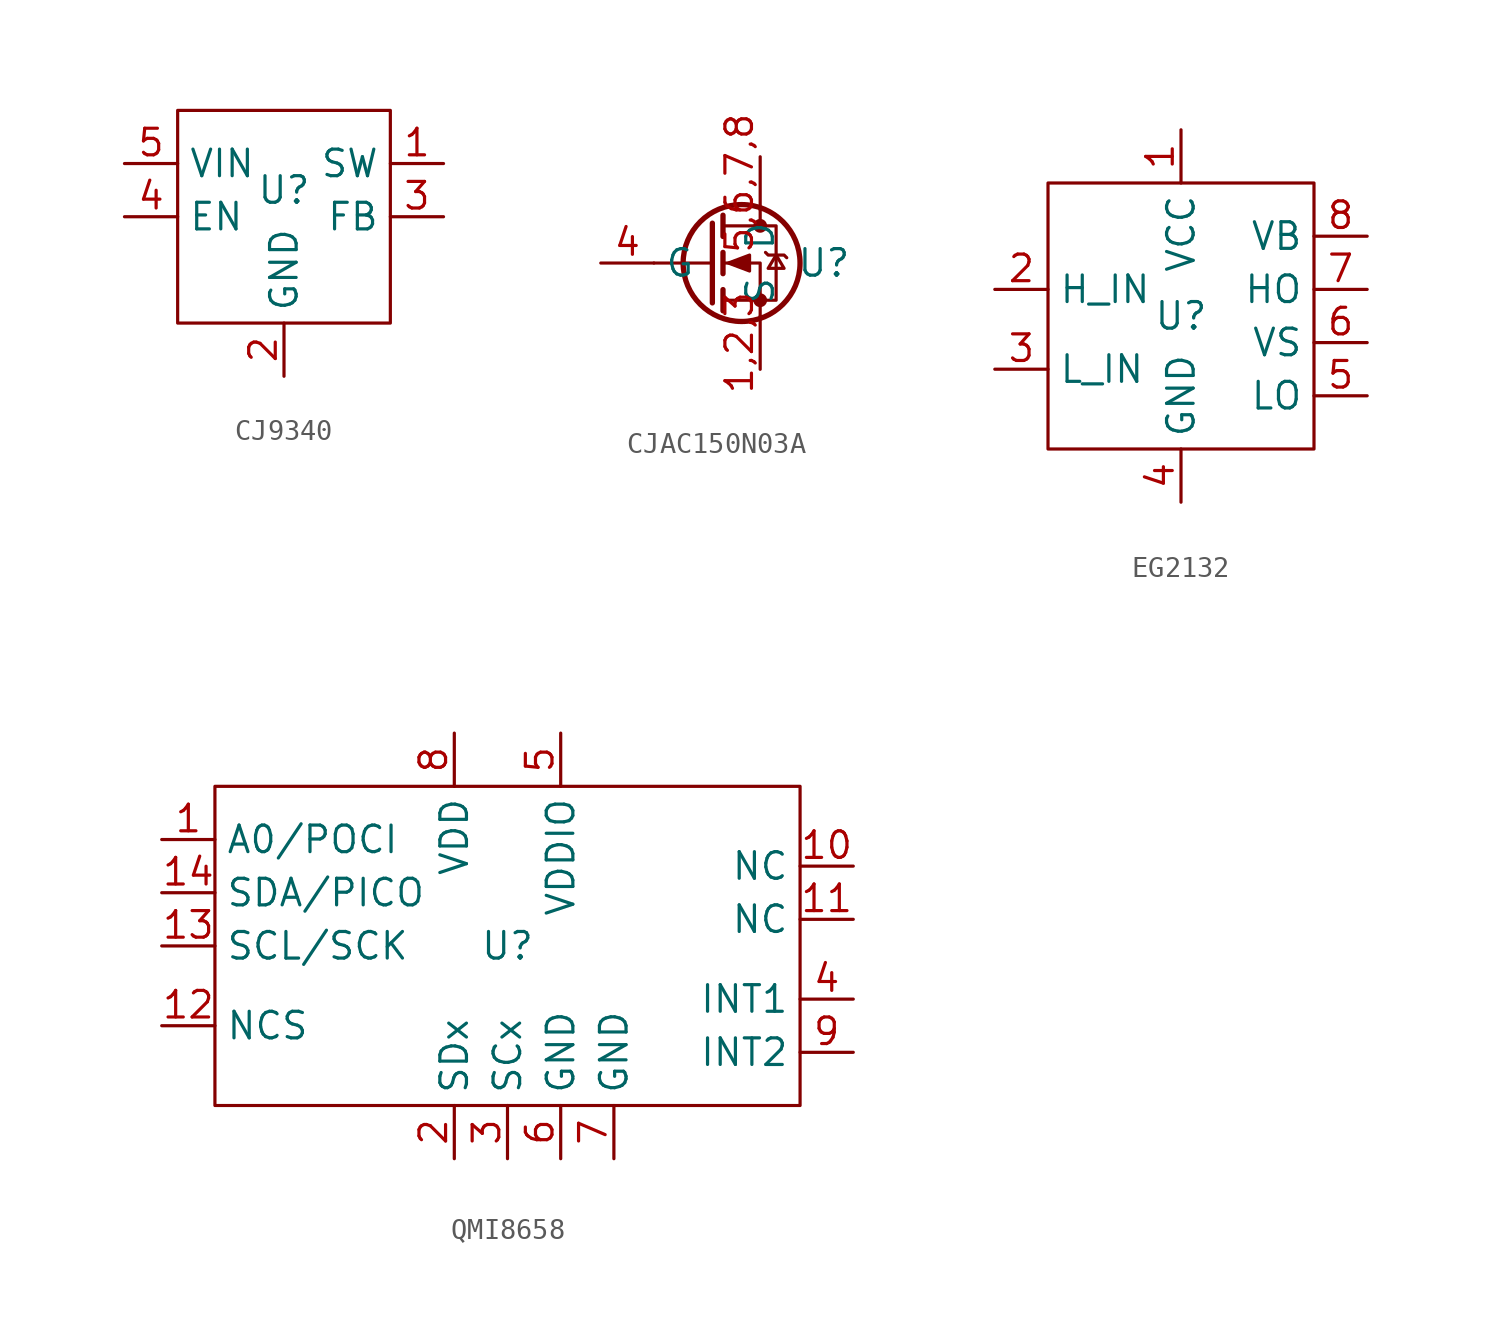
<source format=kicad_sym>
(kicad_symbol_lib
  (version 20231120)
  (generator "kicad_symbol_editor")
  (generator_version "8.0")
  (symbol "CJ9340"
    (property "Reference" "U"
      (at 0 0 0)
      (effects (font (size 1.27 1.27))))
    (property "Value" ""
      (at 0 0 0)
      (effects (font (size 1.27 1.27))))
    (symbol "CJ9340_0_1"
      (rectangle (start -5.08 3.81) (end 5.08 -6.35) (stroke (width 0) (type default)) (fill (type none))))
    (symbol "CJ9340_1_1"
      (pin bidirectional line (at 7.62 1.27 180) (length 2.54) (name "SW" (effects (font (size 1.27 1.27)))) (number "1" (effects (font (size 1.27 1.27)))))
      (pin power_in line (at 0 -8.89 90) (length 2.54) (name "GND" (effects (font (size 1.27 1.27)))) (number "2" (effects (font (size 1.27 1.27)))))
      (pin input line (at 7.62 -1.27 180) (length 2.54) (name "FB" (effects (font (size 1.27 1.27)))) (number "3" (effects (font (size 1.27 1.27)))))
      (pin input line (at -7.62 -1.27 0) (length 2.54) (name "EN" (effects (font (size 1.27 1.27)))) (number "4" (effects (font (size 1.27 1.27)))))
      (pin power_in line (at -7.62 1.27 0) (length 2.54) (name "VIN" (effects (font (size 1.27 1.27)))) (number "5" (effects (font (size 1.27 1.27)))))))
  (symbol "CJAC150N03A"
    (property "Reference" "U"
      (at 4.318 0 0)
      (effects (font (size 1.27 1.27))))
    (symbol "CJAC150N03A_0_1"
      (polyline (pts (xy -1.016 0) (xy -3.81 0)) (stroke (width 0) (type default)) (fill (type none)))
      (polyline (pts (xy -1.016 1.905) (xy -1.016 -1.905)) (stroke (width 0.254) (type default)) (fill (type none)))
      (polyline (pts (xy -0.508 -1.27) (xy -0.508 -2.286)) (stroke (width 0.254) (type default)) (fill (type none)))
      (polyline (pts (xy -0.508 0.508) (xy -0.508 -0.508)) (stroke (width 0.254) (type default)) (fill (type none)))
      (polyline (pts (xy -0.508 2.286) (xy -0.508 1.27)) (stroke (width 0.254) (type default)) (fill (type none)))
      (polyline (pts (xy 1.27 2.54) (xy 1.27 1.778)) (stroke (width 0) (type default)) (fill (type none)))
      (polyline (pts (xy 1.27 -2.54) (xy 1.27 0) (xy -0.508 0)) (stroke (width 0) (type default)) (fill (type none)))
      (polyline (pts (xy -0.508 -1.778) (xy 2.032 -1.778) (xy 2.032 1.778) (xy -0.508 1.778)) (stroke (width 0) (type default)) (fill (type none)))
      (polyline (pts (xy -0.254 0) (xy 0.762 0.381) (xy 0.762 -0.381) (xy -0.254 0)) (stroke (width 0) (type default)) (fill (type outline)))
      (polyline (pts (xy 1.524 0.508) (xy 1.651 0.381) (xy 2.413 0.381) (xy 2.54 0.254)) (stroke (width 0) (type default)) (fill (type none)))
      (polyline (pts (xy 2.032 0.381) (xy 1.651 -0.254) (xy 2.413 -0.254) (xy 2.032 0.381)) (stroke (width 0) (type default)) (fill (type none)))
      (circle (center 0.381 0) (radius 2.794) (stroke (width 0.254) (type default)) (fill (type none)))
      (circle (center 1.27 -1.778) (radius 0.254) (stroke (width 0) (type default)) (fill (type outline)))
      (circle (center 1.27 1.778) (radius 0.254) (stroke (width 0) (type default)) (fill (type outline))))
    (symbol "CJAC150N03A_1_1"
      (pin passive line (at 1.27 -5.08 90) (length 2.54) (name "S" (effects (font (size 1.27 1.27)))) (number "1,2,3" (effects (font (size 1.27 1.27)))))
      (pin input line (at -6.35 0 0) (length 2.54) (name "G" (effects (font (size 1.27 1.27)))) (number "4" (effects (font (size 1.27 1.27)))))
      (pin passive line (at 1.27 5.08 270) (length 2.54) (name "D" (effects (font (size 1.27 1.27)))) (number "5,6,7,8" (effects (font (size 1.27 1.27)))))))
  (symbol "EG2132"
    (property "Reference" "U"
      (at 0 0 0)
      (effects (font (size 1.27 1.27))))
    (property "Value" ""
      (at 0 0 0)
      (effects (font (size 1.27 1.27))))
    (symbol "EG2132_0_1"
      (rectangle (start -6.35 6.35) (end 6.35 -6.35) (stroke (width 0) (type default)) (fill (type none))))
    (symbol "EG2132_1_1"
      (pin power_in line (at 0 8.89 270) (length 2.54) (name "VCC" (effects (font (size 1.27 1.27)))) (number "1" (effects (font (size 1.27 1.27)))))
      (pin input line (at -8.89 1.27 0) (length 2.54) (name "H_IN" (effects (font (size 1.27 1.27)))) (number "2" (effects (font (size 1.27 1.27)))))
      (pin input line (at -8.89 -2.54 0) (length 2.54) (name "L_IN" (effects (font (size 1.27 1.27)))) (number "3" (effects (font (size 1.27 1.27)))))
      (pin power_in line (at 0 -8.89 90) (length 2.54) (name "GND" (effects (font (size 1.27 1.27)))) (number "4" (effects (font (size 1.27 1.27)))))
      (pin output line (at 8.89 -3.81 180) (length 2.54) (name "LO" (effects (font (size 1.27 1.27)))) (number "5" (effects (font (size 1.27 1.27)))))
      (pin bidirectional line (at 8.89 -1.27 180) (length 2.54) (name "VS" (effects (font (size 1.27 1.27)))) (number "6" (effects (font (size 1.27 1.27)))))
      (pin output line (at 8.89 1.27 180) (length 2.54) (name "HO" (effects (font (size 1.27 1.27)))) (number "7" (effects (font (size 1.27 1.27)))))
      (pin bidirectional line (at 8.89 3.81 180) (length 2.54) (name "VB" (effects (font (size 1.27 1.27)))) (number "8" (effects (font (size 1.27 1.27)))))))
  (symbol "QMI8658"
    (property "Reference" "U"
      (at 0 0 0)
      (effects (font (size 1.27 1.27))))
    (property "Value" ""
      (at 0 -1.27 0)
      (effects (font (size 1.27 1.27))))
    (symbol "QMI8658_0_1"
      (rectangle (start -13.97 7.62) (end 13.97 -7.62) (stroke (width 0) (type default)) (fill (type none))))
    (symbol "QMI8658_1_1"
      (pin output line (at -16.51 5.08 0) (length 2.54) (name "A0/POCI" (effects (font (size 1.27 1.27)))) (number "1" (effects (font (size 1.27 1.27)))))
      (pin bidirectional line (at 16.51 3.81 180) (length 2.54) (name "NC" (effects (font (size 1.27 1.27)))) (number "10" (effects (font (size 1.27 1.27)))))
      (pin input line (at 16.51 1.27 180) (length 2.54) (name "NC" (effects (font (size 1.27 1.27)))) (number "11" (effects (font (size 1.27 1.27)))))
      (pin input line (at -16.51 -3.81 0) (length 2.54) (name "NCS" (effects (font (size 1.27 1.27)))) (number "12" (effects (font (size 1.27 1.27)))))
      (pin input line (at -16.51 0 0) (length 2.54) (name "SCL/SCK" (effects (font (size 1.27 1.27)))) (number "13" (effects (font (size 1.27 1.27)))))
      (pin input line (at -16.51 2.54 0) (length 2.54) (name "SDA/PICO" (effects (font (size 1.27 1.27)))) (number "14" (effects (font (size 1.27 1.27)))))
      (pin open_collector line (at -2.54 -10.16 90) (length 2.54) (name "SDx" (effects (font (size 1.27 1.27)))) (number "2" (effects (font (size 1.27 1.27)))))
      (pin open_collector line (at 0 -10.16 90) (length 2.54) (name "SCx" (effects (font (size 1.27 1.27)))) (number "3" (effects (font (size 1.27 1.27)))))
      (pin output line (at 16.51 -2.54 180) (length 2.54) (name "INT1" (effects (font (size 1.27 1.27)))) (number "4" (effects (font (size 1.27 1.27)))))
      (pin power_in line (at 2.54 10.16 270) (length 2.54) (name "VDDIO" (effects (font (size 1.27 1.27)))) (number "5" (effects (font (size 1.27 1.27)))))
      (pin power_in line (at 2.54 -10.16 90) (length 2.54) (name "GND" (effects (font (size 1.27 1.27)))) (number "6" (effects (font (size 1.27 1.27)))))
      (pin power_in line (at 5.08 -10.16 90) (length 2.54) (name "GND" (effects (font (size 1.27 1.27)))) (number "7" (effects (font (size 1.27 1.27)))))
      (pin power_in line (at -2.54 10.16 270) (length 2.54) (name "VDD" (effects (font (size 1.27 1.27)))) (number "8" (effects (font (size 1.27 1.27)))))
      (pin output line (at 16.51 -5.08 180) (length 2.54) (name "INT2" (effects (font (size 1.27 1.27)))) (number "9" (effects (font (size 1.27 1.27))))))))
</source>
